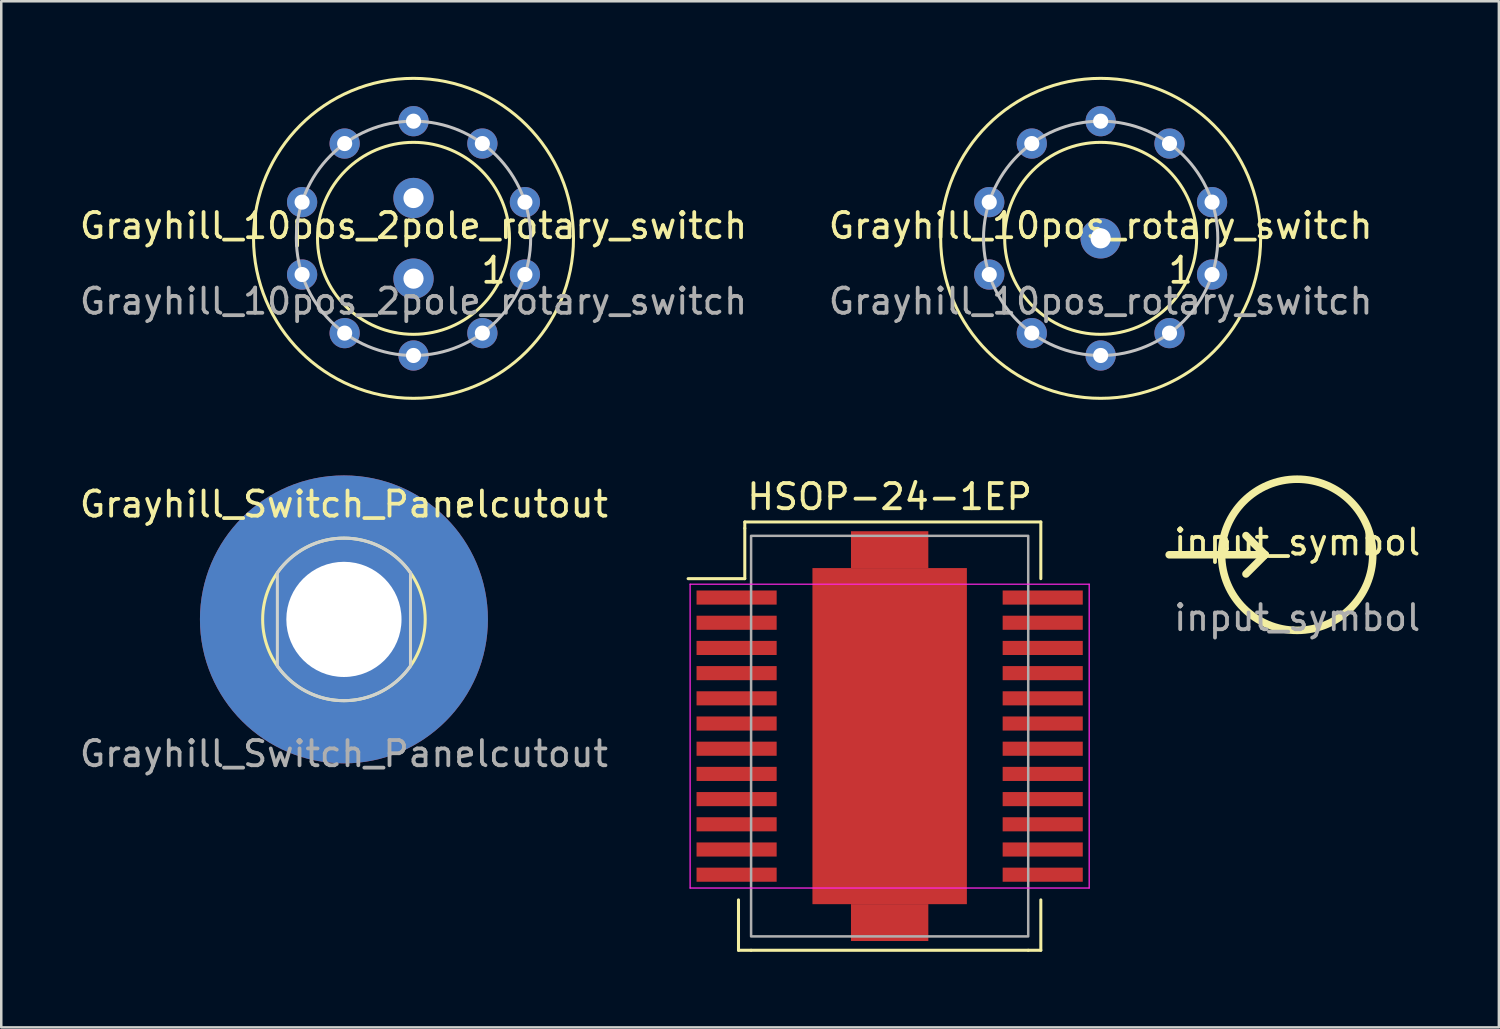
<source format=kicad_pcb>
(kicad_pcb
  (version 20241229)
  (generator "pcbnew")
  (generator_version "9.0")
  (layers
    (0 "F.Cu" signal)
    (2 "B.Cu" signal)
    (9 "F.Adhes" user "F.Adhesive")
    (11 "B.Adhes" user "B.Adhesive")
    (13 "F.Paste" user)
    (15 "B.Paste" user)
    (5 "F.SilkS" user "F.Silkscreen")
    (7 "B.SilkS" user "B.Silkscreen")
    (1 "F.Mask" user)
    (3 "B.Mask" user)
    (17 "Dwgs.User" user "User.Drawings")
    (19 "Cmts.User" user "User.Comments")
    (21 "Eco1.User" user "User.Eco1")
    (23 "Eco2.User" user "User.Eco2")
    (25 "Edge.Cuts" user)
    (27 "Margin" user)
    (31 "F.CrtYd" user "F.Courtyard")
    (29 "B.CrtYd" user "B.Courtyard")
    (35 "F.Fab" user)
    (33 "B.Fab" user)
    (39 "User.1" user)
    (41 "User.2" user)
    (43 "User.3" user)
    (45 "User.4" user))
  (footprint "Grayhill_10pos_2pole_rotary_switch"
    (layer "F.Cu")
    (at 13.363 6.41)
    (property "Reference" "Grayhill_10pos_2pole_rotary_switch" (at 0 -0.5 0) (unlocked yes) (layer "F.SilkS") (effects (font (size 1 1) (thickness 0.15))))
    (attr through_hole)
    (fp_circle (center 0 0) (end 3.81 0) (stroke (width 0.12) (type solid)) (fill no) (layer "F.SilkS"))
    (fp_circle (center 0 0) (end 6.35 0) (stroke (width 0.12) (type solid)) (fill no) (layer "F.SilkS"))
    (fp_circle (center 0 0) (end 4.65 0) (stroke (width 0.12) (type solid)) (fill no) (layer "Dwgs.User"))
    (fp_text user "1" (at 3.175 1.27 0) (unlocked yes) (layer "F.SilkS") (effects (font (size 1 1) (thickness 0.15))))
    (fp_text user "${REFERENCE}" (at 0 2.5 0) (unlocked yes) (layer "F.Fab") (effects (font (size 1 1) (thickness 0.15))))
    (pad "1" thru_hole circle (at 4.422 1.437) (size 1.2 1.2) (drill 0.6) (layers "*.Cu" "*.Mask"))
    (pad "2" thru_hole circle (at 2.733 3.762) (size 1.2 1.2) (drill 0.6) (layers "*.Cu" "*.Mask"))
    (pad "3" thru_hole circle (at 0 4.65) (size 1.2 1.2) (drill 0.6) (layers "*.Cu" "*.Mask"))
    (pad "4" thru_hole circle (at -2.733 3.762) (size 1.2 1.2) (drill 0.6) (layers "*.Cu" "*.Mask"))
    (pad "5" thru_hole circle (at -4.422 1.437) (size 1.2 1.2) (drill 0.6) (layers "*.Cu" "*.Mask"))
    (pad "6" thru_hole circle (at -4.422 -1.437) (size 1.2 1.2) (drill 0.6) (layers "*.Cu" "*.Mask"))
    (pad "7" thru_hole circle (at -2.733 -3.762) (size 1.2 1.2) (drill 0.6) (layers "*.Cu" "*.Mask"))
    (pad "8" thru_hole circle (at 0 -4.65) (size 1.2 1.2) (drill 0.6) (layers "*.Cu" "*.Mask"))
    (pad "9" thru_hole circle (at 2.733 -3.762) (size 1.2 1.2) (drill 0.6) (layers "*.Cu" "*.Mask"))
    (pad "10" thru_hole circle (at 4.422 -1.437) (size 1.2 1.2) (drill 0.6) (layers "*.Cu" "*.Mask"))
    (pad "11" thru_hole circle (at 0 1.6) (size 1.6 1.6) (drill 0.8) (layers "*.Cu" "*.Mask"))
    (pad "12" thru_hole circle (at 0 -1.6) (size 1.6 1.6) (drill 0.8) (layers "*.Cu" "*.Mask")))
  (footprint "input_symbol"
    (layer "F.Cu")
    (at 48.437 18.97)
    (property "Reference" "input_symbol" (at 0 -0.5 0) (unlocked yes) (layer "F.SilkS") (effects (font (size 1 1) (thickness 0.15))))
    (attr smd)
    (fp_line (start -5.08 0) (end -1.27 0) (stroke (width 0.3) (type solid)) (layer "F.SilkS"))
    (fp_line (start -1.27 0) (end -2.032 -0.762) (stroke (width 0.3) (type solid)) (layer "F.SilkS"))
    (fp_line (start -1.27 0) (end -2.032 0.762) (stroke (width 0.3) (type solid)) (layer "F.SilkS"))
    (fp_circle (center 0 0) (end 3 0) (stroke (width 0.3) (type solid)) (fill no) (layer "F.SilkS"))
    (fp_text user "${REFERENCE}" (at 0 2.5 0) (unlocked yes) (layer "F.Fab") (effects (font (size 1 1) (thickness 0.15)))))
  (footprint "HSOP-24-1EP"
    (layer "F.Cu")
    (at 32.262 26.168)
    (property "Reference" "HSOP-24-1EP" (at 0 -9.5 0) (layer "F.SilkS") (effects (font (size 1 1) (thickness 0.15))))
    (attr through_hole)
    (fp_line (start -8 -6.25) (end -5.75 -6.25) (stroke (width 0.12) (type solid)) (layer "F.SilkS"))
    (fp_line (start -6 8.5) (end -6 6.5) (stroke (width 0.12) (type solid)) (layer "F.SilkS"))
    (fp_line (start -5.75 -8.5) (end 6 -8.5) (stroke (width 0.12) (type solid)) (layer "F.SilkS"))
    (fp_line (start -5.75 -8.25) (end -5.75 -8.5) (stroke (width 0.12) (type solid)) (layer "F.SilkS"))
    (fp_line (start -5.75 -6.25) (end -5.75 -8.25) (stroke (width 0.12) (type solid)) (layer "F.SilkS"))
    (fp_line (start -5.5 8.5) (end -6 8.5) (stroke (width 0.12) (type solid)) (layer "F.SilkS"))
    (fp_line (start 5.5 8.5) (end -5.5 8.5) (stroke (width 0.12) (type solid)) (layer "F.SilkS"))
    (fp_line (start 5.5 8.5) (end 6 8.5) (stroke (width 0.12) (type solid)) (layer "F.SilkS"))
    (fp_line (start 6 -8.5) (end 6 -6.25) (stroke (width 0.12) (type solid)) (layer "F.SilkS"))
    (fp_line (start 6 8.5) (end 6 6.5) (stroke (width 0.12) (type solid)) (layer "F.SilkS"))
    (fp_line (start -7.92 -6.03) (end 7.92 -6.03) (stroke (width 0.05) (type solid)) (layer "F.CrtYd"))
    (fp_line (start -7.92 6.03) (end -7.92 -6.03) (stroke (width 0.05) (type solid)) (layer "F.CrtYd"))
    (fp_line (start 7.92 -6.03) (end 7.92 6.03) (stroke (width 0.05) (type solid)) (layer "F.CrtYd"))
    (fp_line (start 7.92 6.03) (end -7.92 6.03) (stroke (width 0.05) (type solid)) (layer "F.CrtYd"))
    (fp_rect (start -5.5 -7.95) (end 5.5 7.95) (stroke (width 0.1) (type solid)) (fill no) (layer "F.Fab"))
    (pad "1" smd rect (at -6.075 -5.5 270) (size 0.56 3.18) (layers "F.Cu" "F.Mask" "F.Paste"))
    (pad "2" smd rect (at -6.075 -4.5 270) (size 0.56 3.18) (layers "F.Cu" "F.Mask" "F.Paste"))
    (pad "3" smd rect (at -6.075 -3.5 270) (size 0.56 3.18) (layers "F.Cu" "F.Mask" "F.Paste"))
    (pad "4" smd rect (at -6.075 -2.5 270) (size 0.56 3.18) (layers "F.Cu" "F.Mask" "F.Paste"))
    (pad "5" smd rect (at -6.075 -1.5 270) (size 0.56 3.18) (layers "F.Cu" "F.Mask" "F.Paste"))
    (pad "6" smd rect (at -6.075 -0.5 270) (size 0.56 3.18) (layers "F.Cu" "F.Mask" "F.Paste"))
    (pad "7" smd rect (at -6.075 0.5 270) (size 0.56 3.18) (layers "F.Cu" "F.Mask" "F.Paste"))
    (pad "8" smd rect (at -6.075 1.5 270) (size 0.56 3.18) (layers "F.Cu" "F.Mask" "F.Paste"))
    (pad "9" smd rect (at -6.075 2.5 270) (size 0.56 3.18) (layers "F.Cu" "F.Mask" "F.Paste"))
    (pad "10" smd rect (at -6.075 3.5 270) (size 0.56 3.18) (layers "F.Cu" "F.Mask" "F.Paste"))
    (pad "11" smd rect (at -6.075 4.5 270) (size 0.56 3.18) (layers "F.Cu" "F.Mask" "F.Paste"))
    (pad "12" smd rect (at -6.075 5.5 270) (size 0.56 3.18) (layers "F.Cu" "F.Mask" "F.Paste"))
    (pad "13" smd rect (at 6.075 5.5 270) (size 0.56 3.18) (layers "F.Cu" "F.Mask" "F.Paste"))
    (pad "14" smd rect (at 6.075 4.5 270) (size 0.56 3.18) (layers "F.Cu" "F.Mask" "F.Paste"))
    (pad "15" smd rect (at 6.075 3.5 270) (size 0.56 3.18) (layers "F.Cu" "F.Mask" "F.Paste"))
    (pad "16" smd rect (at 6.075 2.5 270) (size 0.56 3.18) (layers "F.Cu" "F.Mask" "F.Paste"))
    (pad "17" smd rect (at 6.075 1.5 270) (size 0.56 3.18) (layers "F.Cu" "F.Mask" "F.Paste"))
    (pad "18" smd rect (at 6.075 0.5 270) (size 0.56 3.18) (layers "F.Cu" "F.Mask" "F.Paste"))
    (pad "19" smd rect (at 6.075 -0.5 270) (size 0.56 3.18) (layers "F.Cu" "F.Mask" "F.Paste"))
    (pad "20" smd rect (at 6.075 -1.5 270) (size 0.56 3.18) (layers "F.Cu" "F.Mask" "F.Paste"))
    (pad "21" smd rect (at 6.075 -2.5 270) (size 0.56 3.18) (layers "F.Cu" "F.Mask" "F.Paste"))
    (pad "22" smd rect (at 6.075 -3.5 270) (size 0.56 3.18) (layers "F.Cu" "F.Mask" "F.Paste"))
    (pad "23" smd rect (at 6.075 -4.5 270) (size 0.56 3.18) (layers "F.Cu" "F.Mask" "F.Paste"))
    (pad "24" smd rect (at 6.075 -5.5 270) (size 0.56 3.18) (layers "F.Cu" "F.Mask" "F.Paste"))
    (pad "25" smd rect (at 0 -7.4) (size 3.07 1.465) (layers "F.Cu" "F.Mask" "F.Paste"))
    (pad "25" smd rect (at 0 0) (size 6.13 13.34) (layers "F.Cu" "F.Mask" "F.Paste"))
    (pad "25" smd rect (at 0 7.4) (size 3.07 1.465) (layers "F.Cu" "F.Mask" "F.Paste")))
  (footprint "Grayhill_Switch_Panelcutout"
    (layer "F.Cu")
    (at 10.601 21.535)
    (property "Reference" "Grayhill_Switch_Panelcutout" (at 0 -4.572 0) (unlocked yes) (layer "F.SilkS") (effects (font (size 1 1) (thickness 0.15))))
    (attr through_hole)
    (fp_circle (center 0 0) (end 3.226 0) (stroke (width 0.12) (type solid)) (fill no) (layer "F.SilkS"))
    (fp_line (start -2.642 -1.851) (end -2.642 1.851) (stroke (width 0.12) (type solid)) (layer "Edge.Cuts"))
    (fp_line (start 2.642 -1.851) (end 2.642 1.851) (stroke (width 0.12) (type solid)) (layer "Edge.Cuts"))
    (fp_arc (start -2.6416 -1.851406) (mid 0 -3.225795) (end 2.6416 -1.851406) (stroke (width 0.12) (type solid)) (layer "Edge.Cuts"))
    (fp_arc (start 2.6416 1.851406) (mid 0 3.225795) (end -2.6416 1.851406) (stroke (width 0.12) (type solid)) (layer "Edge.Cuts"))
    (fp_text user "${REFERENCE}" (at 0 5.334 0) (unlocked yes) (layer "F.Fab") (effects (font (size 1 1) (thickness 0.15))))
    (pad "1" thru_hole circle (at 0 0) (size 11.43 11.43) (drill 4.572) (layers "*.Cu" "*.Mask")))
  (footprint "Grayhill_10pos_rotary_switch"
    (layer "F.Cu")
    (at 40.637 6.41)
    (property "Reference" "Grayhill_10pos_rotary_switch" (at 0 -0.5 0) (unlocked yes) (layer "F.SilkS") (effects (font (size 1 1) (thickness 0.15))))
    (attr through_hole)
    (fp_circle (center 0 0) (end 3.81 0) (stroke (width 0.12) (type solid)) (fill no) (layer "F.SilkS"))
    (fp_circle (center 0 0) (end 6.35 0) (stroke (width 0.12) (type solid)) (fill no) (layer "F.SilkS"))
    (fp_circle (center 0 0) (end 4.65 0) (stroke (width 0.12) (type solid)) (fill no) (layer "Dwgs.User"))
    (fp_text user "1" (at 3.175 1.27 0) (unlocked yes) (layer "F.SilkS") (effects (font (size 1 1) (thickness 0.15))))
    (fp_text user "${REFERENCE}" (at 0 2.5 0) (unlocked yes) (layer "F.Fab") (effects (font (size 1 1) (thickness 0.15))))
    (pad "1" thru_hole circle (at 4.422 1.437) (size 1.2 1.2) (drill 0.6) (layers "*.Cu" "*.Mask"))
    (pad "2" thru_hole circle (at 2.733 3.762) (size 1.2 1.2) (drill 0.6) (layers "*.Cu" "*.Mask"))
    (pad "3" thru_hole circle (at 0 4.65) (size 1.2 1.2) (drill 0.6) (layers "*.Cu" "*.Mask"))
    (pad "4" thru_hole circle (at -2.733 3.762) (size 1.2 1.2) (drill 0.6) (layers "*.Cu" "*.Mask"))
    (pad "5" thru_hole circle (at -4.422 1.437) (size 1.2 1.2) (drill 0.6) (layers "*.Cu" "*.Mask"))
    (pad "6" thru_hole circle (at -4.422 -1.437) (size 1.2 1.2) (drill 0.6) (layers "*.Cu" "*.Mask"))
    (pad "7" thru_hole circle (at -2.733 -3.762) (size 1.2 1.2) (drill 0.6) (layers "*.Cu" "*.Mask"))
    (pad "8" thru_hole circle (at 0 -4.65) (size 1.2 1.2) (drill 0.6) (layers "*.Cu" "*.Mask"))
    (pad "9" thru_hole circle (at 2.733 -3.762) (size 1.2 1.2) (drill 0.6) (layers "*.Cu" "*.Mask"))
    (pad "10" thru_hole circle (at 4.422 -1.437) (size 1.2 1.2) (drill 0.6) (layers "*.Cu" "*.Mask"))
    (pad "11" thru_hole circle (at 0 0) (size 1.6 1.6) (drill 0.8) (layers "*.Cu" "*.Mask")))
  (gr_rect
    (start -3 -3)
    (end 56.443 37.728)
    (stroke (width 0.1) (type default))
    (fill no)
    (layer "Edge.Cuts")))
</source>
